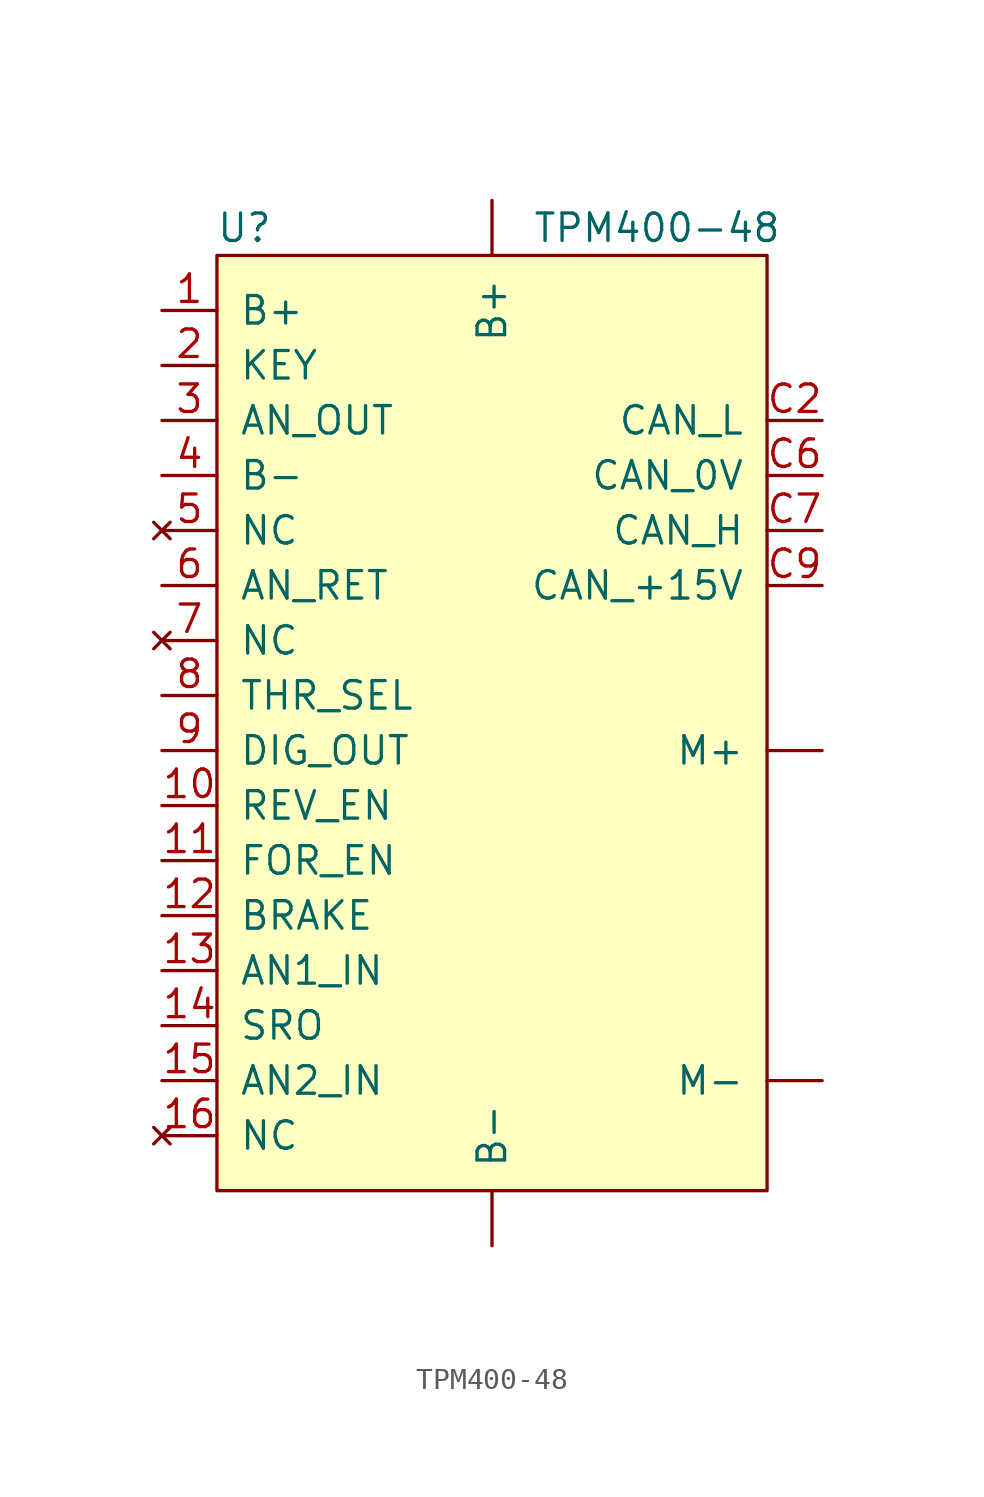
<source format=kicad_sym>
(kicad_symbol_lib
  (version 20211014)
  (generator kicad_symbol_editor)
  (symbol "TPM400-48"
    (pin_names
      (offset 1.016))
    (property "Reference" "U"
      (at -11.43 21.59 0)
      (effects (font (size 1.27 1.27))))
    (property "Value" "TPM400-48"
      (at 7.62 21.59 0)
      (effects (font (size 1.27 1.27))))
    (symbol "TPM400-48_0_0"
      (pin power_in line (at -15.24 17.78 0) (length 2.54) (name "B+" (effects (font (size 1.27 1.27)))) (number "1" (effects (font (size 1.27 1.27)))))
      (pin input line (at -15.24 -5.08 0) (length 2.54) (name "REV_EN" (effects (font (size 1.27 1.27)))) (number "10" (effects (font (size 1.27 1.27)))))
      (pin input line (at -15.24 -7.62 0) (length 2.54) (name "FOR_EN" (effects (font (size 1.27 1.27)))) (number "11" (effects (font (size 1.27 1.27)))))
      (pin input line (at -15.24 -10.16 0) (length 2.54) (name "BRAKE" (effects (font (size 1.27 1.27)))) (number "12" (effects (font (size 1.27 1.27)))))
      (pin input line (at -15.24 -12.7 0) (length 2.54) (name "AN1_IN" (effects (font (size 1.27 1.27)))) (number "13" (effects (font (size 1.27 1.27)))))
      (pin input line (at -15.24 -15.24 0) (length 2.54) (name "SRO" (effects (font (size 1.27 1.27)))) (number "14" (effects (font (size 1.27 1.27)))))
      (pin input line (at -15.24 -17.78 0) (length 2.54) (name "AN2_IN" (effects (font (size 1.27 1.27)))) (number "15" (effects (font (size 1.27 1.27)))))
      (pin no_connect line (at -15.24 -20.32 0) (length 2.54) (name "NC" (effects (font (size 1.27 1.27)))) (number "16" (effects (font (size 1.27 1.27)))))
      (pin input line (at -15.24 15.24 0) (length 2.54) (name "KEY" (effects (font (size 1.27 1.27)))) (number "2" (effects (font (size 1.27 1.27)))))
      (pin output line (at -15.24 12.7 0) (length 2.54) (name "AN_OUT" (effects (font (size 1.27 1.27)))) (number "3" (effects (font (size 1.27 1.27)))))
      (pin power_in line (at -15.24 10.16 0) (length 2.54) (name "B-" (effects (font (size 1.27 1.27)))) (number "4" (effects (font (size 1.27 1.27)))))
      (pin no_connect line (at -15.24 7.62 0) (length 2.54) (name "NC" (effects (font (size 1.27 1.27)))) (number "5" (effects (font (size 1.27 1.27)))))
      (pin passive line (at -15.24 5.08 0) (length 2.54) (name "AN_RET" (effects (font (size 1.27 1.27)))) (number "6" (effects (font (size 1.27 1.27)))))
      (pin no_connect line (at -15.24 2.54 0) (length 2.54) (name "NC" (effects (font (size 1.27 1.27)))) (number "7" (effects (font (size 1.27 1.27)))))
      (pin input line (at -15.24 0 0) (length 2.54) (name "THR_SEL" (effects (font (size 1.27 1.27)))) (number "8" (effects (font (size 1.27 1.27)))))
      (pin output line (at -15.24 -2.54 0) (length 2.54) (name "DIG_OUT" (effects (font (size 1.27 1.27)))) (number "9" (effects (font (size 1.27 1.27)))))
      (pin bidirectional line (at 15.24 12.7 180) (length 2.54) (name "CAN_L" (effects (font (size 1.27 1.27)))) (number "C2" (effects (font (size 1.27 1.27)))))
      (pin power_out line (at 15.24 10.16 180) (length 2.54) (name "CAN_0V" (effects (font (size 1.27 1.27)))) (number "C6" (effects (font (size 1.27 1.27)))))
      (pin bidirectional line (at 15.24 7.62 180) (length 2.54) (name "CAN_H" (effects (font (size 1.27 1.27)))) (number "C7" (effects (font (size 1.27 1.27)))))
      (pin power_out line (at 15.24 5.08 180) (length 2.54) (name "CAN_+15V" (effects (font (size 1.27 1.27)))) (number "C9" (effects (font (size 1.27 1.27)))))
      (pin power_in line (at 0 22.86 270) (length 2.54) (name "B+" (effects (font (size 1.27 1.27)))) (number "~" (effects (font (size 1.27 1.27)))))
      (pin power_in line (at 0 -25.4 90) (length 2.54) (name "B-" (effects (font (size 1.27 1.27)))) (number "~" (effects (font (size 1.27 1.27)))))
      (pin power_out line (at 15.24 -2.54 180) (length 2.54) (name "M+" (effects (font (size 1.27 1.27)))) (number "~" (effects (font (size 1.27 1.27)))))
      (pin power_out line (at 15.24 -17.78 180) (length 2.54) (name "M-" (effects (font (size 1.27 1.27)))) (number "~" (effects (font (size 1.27 1.27))))))
    (symbol "TPM400-48_0_1"
      (rectangle (start -12.7 20.32) (end 12.7 -22.86) (stroke (width 0) (type default) (color 0 0 0 0)) (fill (type background))))))
</source>
